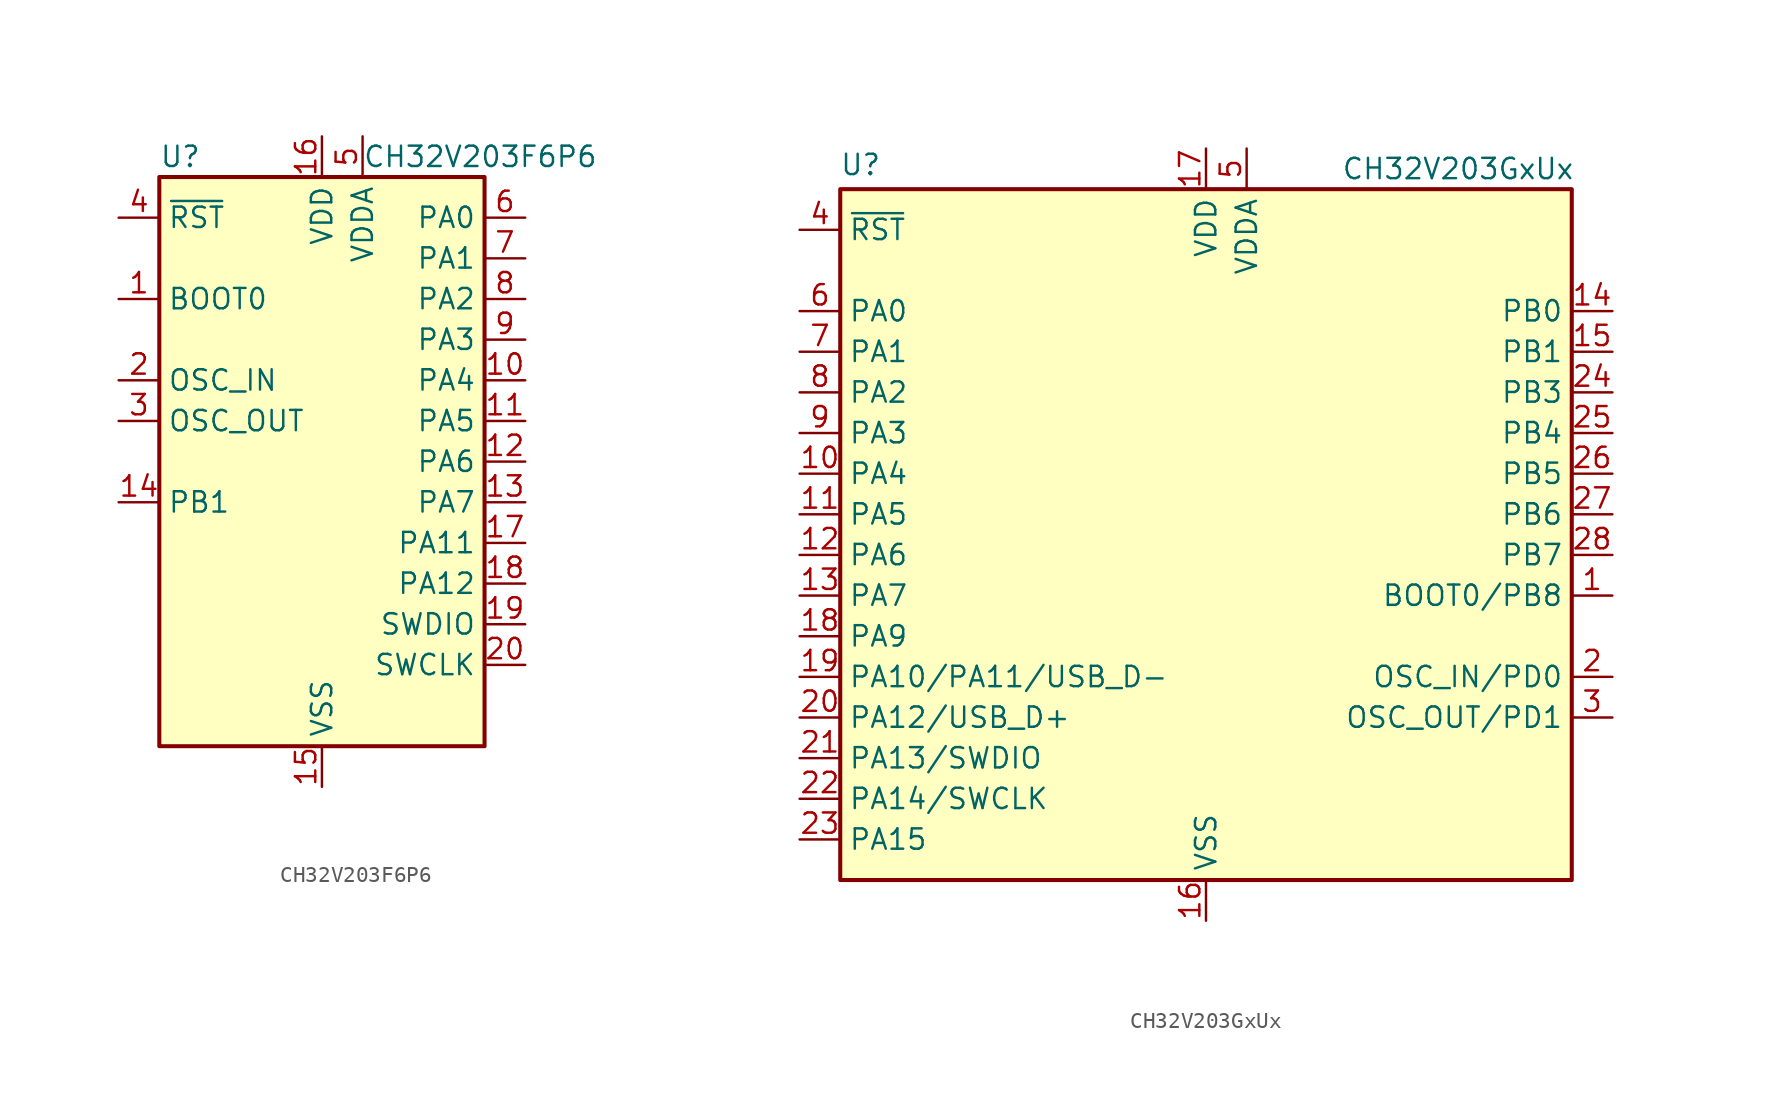
<source format=kicad_sym>
(kicad_symbol_lib
  (version 20241209)
  (generator "kicad_symbol_editor")
  (generator_version "9.0")
  (symbol "CH32V203F6P6"
    (property "Reference" "U"
      (at -10.16 19.05 0)
      (effects (font (size 1.27 1.27)) (justify left)))
    (property "Value" "CH32V203F6P6"
      (at 2.54 19.05 0)
      (effects (font (size 1.27 1.27)) (justify left)))
    (symbol "CH32V203F6P6_0_1"
      (rectangle (start -10.16 -17.78) (end 10.16 17.78) (stroke (width 0.254) (type default)) (fill (type background))))
    (symbol "CH32V203F6P6_1_1"
      (pin input line (at -12.7 15.24 0) (length 2.54) (name "~{RST}" (effects (font (size 1.27 1.27)))) (number "4" (effects (font (size 1.27 1.27)))))
      (pin bidirectional line (at -12.7 10.16 0) (length 2.54) (name "BOOT0" (effects (font (size 1.27 1.27)))) (number "1" (effects (font (size 1.27 1.27)))) (alternate "CAN1_RX_2" bidirectional line) (alternate "I2C1_SCL_1" bidirectional line) (alternate "PB8" bidirectional line))
      (pin bidirectional line (at -12.7 5.08 0) (length 2.54) (name "OSC_IN" (effects (font (size 1.27 1.27)))) (number "2" (effects (font (size 1.27 1.27)))) (alternate "PD0" bidirectional line))
      (pin bidirectional line (at -12.7 2.54 0) (length 2.54) (name "OSC_OUT" (effects (font (size 1.27 1.27)))) (number "3" (effects (font (size 1.27 1.27)))) (alternate "PD1" bidirectional line))
      (pin bidirectional line (at -12.7 -2.54 0) (length 2.54) (name "PB1" (effects (font (size 1.27 1.27)))) (number "14" (effects (font (size 1.27 1.27)))) (alternate "ADC_IN9" input line) (alternate "OPA1_OUT1" output line) (alternate "TIM1_CH3N_1" bidirectional line) (alternate "TIM3_CH4" output line) (alternate "TIM3_CH4_2" bidirectional line))
      (pin power_in line (at 0 20.32 270) (length 2.54) (name "VDD" (effects (font (size 1.27 1.27)))) (number "16" (effects (font (size 1.27 1.27)))))
      (pin power_in line (at 0 -20.32 90) (length 2.54) (name "VSS" (effects (font (size 1.27 1.27)))) (number "15" (effects (font (size 1.27 1.27)))))
      (pin power_in line (at 2.54 20.32 270) (length 2.54) (name "VDDA" (effects (font (size 1.27 1.27)))) (number "5" (effects (font (size 1.27 1.27)))))
      (pin bidirectional line (at 12.7 15.24 180) (length 2.54) (name "PA0" (effects (font (size 1.27 1.27)))) (number "6" (effects (font (size 1.27 1.27)))) (alternate "ADC_IN0" bidirectional line) (alternate "TIM2_CH1" passive line) (alternate "TIM2_CH1_2" bidirectional line) (alternate "TIM2_ETR" passive line) (alternate "TIM2_ETR_2" bidirectional line) (alternate "USART2_CTS" bidirectional line) (alternate "WKUP" input line))
      (pin bidirectional line (at 12.7 12.7 180) (length 2.54) (name "PA1" (effects (font (size 1.27 1.27)))) (number "7" (effects (font (size 1.27 1.27)))) (alternate "ADC_IN1" passive line) (alternate "TIM2_CH2" bidirectional line) (alternate "TIM2_CH2_2" bidirectional line) (alternate "USART2_RTS" bidirectional line))
      (pin bidirectional line (at 12.7 10.16 180) (length 2.54) (name "PA2" (effects (font (size 1.27 1.27)))) (number "8" (effects (font (size 1.27 1.27)))) (alternate "ADC_IN2" input line) (alternate "OPA2_OUT0" bidirectional line) (alternate "TIM2_CH3" bidirectional line) (alternate "TIM2_CH3_1" bidirectional line) (alternate "USART2_TX" output line))
      (pin bidirectional line (at 12.7 7.62 180) (length 2.54) (name "PA3" (effects (font (size 1.27 1.27)))) (number "9" (effects (font (size 1.27 1.27)))) (alternate "ADC_IN3" input line) (alternate "OPA1_OUT0" output line) (alternate "TIM2_CH4" bidirectional line) (alternate "TIM2_CH4_1" bidirectional line) (alternate "USART2_RX" input line))
      (pin bidirectional line (at 12.7 5.08 180) (length 2.54) (name "PA4" (effects (font (size 1.27 1.27)))) (number "10" (effects (font (size 1.27 1.27)))) (alternate "ADC_IN4" input line) (alternate "OPA2_OUT1" output line) (alternate "SPI1_NSS" bidirectional line) (alternate "USART2_CK" bidirectional line))
      (pin bidirectional line (at 12.7 2.54 180) (length 2.54) (name "PA5" (effects (font (size 1.27 1.27)))) (number "11" (effects (font (size 1.27 1.27)))) (alternate "ADC_IN5" input line) (alternate "OPA2_CH1N" bidirectional line) (alternate "SPI1_SCK" input line))
      (pin bidirectional line (at 12.7 0 180) (length 2.54) (name "PA6" (effects (font (size 1.27 1.27)))) (number "12" (effects (font (size 1.27 1.27)))) (alternate "ADC_IN6" input line) (alternate "OPA1_CH1N" bidirectional line) (alternate "SPI1_MISO" output line) (alternate "TIM1_BKIN_1" bidirectional line) (alternate "TIM3_CH1" bidirectional line))
      (pin bidirectional line (at 12.7 -2.54 180) (length 2.54) (name "PA7" (effects (font (size 1.27 1.27)))) (number "13" (effects (font (size 1.27 1.27)))) (alternate "ADC_IN7" input line) (alternate "OPA2_CH1P" bidirectional line) (alternate "SPI1_MOSI" input line) (alternate "TIM1_CH1N_1" bidirectional line) (alternate "TIM3_CH2" bidirectional line))
      (pin bidirectional line (at 12.7 -5.08 180) (length 2.54) (name "PA11" (effects (font (size 1.27 1.27)))) (number "17" (effects (font (size 1.27 1.27)))) (alternate "CAN1_RX" input line) (alternate "TIM1_CH4" bidirectional line) (alternate "TIM1_CH4_1" bidirectional line) (alternate "USART1_CTS" bidirectional line) (alternate "USART1_CTS_1" bidirectional line) (alternate "USBDM" bidirectional line))
      (pin bidirectional line (at 12.7 -7.62 180) (length 2.54) (name "PA12" (effects (font (size 1.27 1.27)))) (number "18" (effects (font (size 1.27 1.27)))) (alternate "CAN1_TX" output line) (alternate "TIM1_ETR" bidirectional line) (alternate "TIM1_ETR_1" bidirectional line) (alternate "USART1_RTS" bidirectional line) (alternate "USART1_RTS_1" bidirectional line) (alternate "USBDP" bidirectional line))
      (pin bidirectional line (at 12.7 -10.16 180) (length 2.54) (name "SWDIO" (effects (font (size 1.27 1.27)))) (number "19" (effects (font (size 1.27 1.27)))) (alternate "PA13" bidirectional line))
      (pin bidirectional line (at 12.7 -12.7 180) (length 2.54) (name "SWCLK" (effects (font (size 1.27 1.27)))) (number "20" (effects (font (size 1.27 1.27)))) (alternate "PA14" bidirectional line))))
  (symbol "CH32V203GxUx"
    (property "Reference" "U"
      (at -21.59 24.384 0)
      (effects (font (size 1.27 1.27))))
    (property "Value" "CH32V203GxUx"
      (at 15.748 24.13 0)
      (effects (font (size 1.27 1.27))))
    (symbol "CH32V203GxUx_1_1"
      (rectangle (start -22.86 22.86) (end 22.86 -20.32) (stroke (width 0.254) (type default)) (fill (type background)))
      (pin input line (at -25.4 20.32 0) (length 2.54) (name "~{RST}" (effects (font (size 1.27 1.27)))) (number "4" (effects (font (size 1.27 1.27)))))
      (pin bidirectional line (at -25.4 15.24 0) (length 2.54) (name "PA0" (effects (font (size 1.27 1.27)))) (number "6" (effects (font (size 1.27 1.27)))))
      (pin bidirectional line (at -25.4 12.7 0) (length 2.54) (name "PA1" (effects (font (size 1.27 1.27)))) (number "7" (effects (font (size 1.27 1.27)))))
      (pin bidirectional line (at -25.4 10.16 0) (length 2.54) (name "PA2" (effects (font (size 1.27 1.27)))) (number "8" (effects (font (size 1.27 1.27)))))
      (pin bidirectional line (at -25.4 7.62 0) (length 2.54) (name "PA3" (effects (font (size 1.27 1.27)))) (number "9" (effects (font (size 1.27 1.27)))))
      (pin bidirectional line (at -25.4 5.08 0) (length 2.54) (name "PA4" (effects (font (size 1.27 1.27)))) (number "10" (effects (font (size 1.27 1.27)))))
      (pin bidirectional line (at -25.4 2.54 0) (length 2.54) (name "PA5" (effects (font (size 1.27 1.27)))) (number "11" (effects (font (size 1.27 1.27)))))
      (pin bidirectional line (at -25.4 0 0) (length 2.54) (name "PA6" (effects (font (size 1.27 1.27)))) (number "12" (effects (font (size 1.27 1.27)))))
      (pin bidirectional line (at -25.4 -2.54 0) (length 2.54) (name "PA7" (effects (font (size 1.27 1.27)))) (number "13" (effects (font (size 1.27 1.27)))))
      (pin bidirectional line (at -25.4 -5.08 0) (length 2.54) (name "PA9" (effects (font (size 1.27 1.27)))) (number "18" (effects (font (size 1.27 1.27)))))
      (pin bidirectional line (at -25.4 -7.62 0) (length 2.54) (name "PA10/PA11/USB_D-" (effects (font (size 1.27 1.27)))) (number "19" (effects (font (size 1.27 1.27)))))
      (pin bidirectional line (at -25.4 -10.16 0) (length 2.54) (name "PA12/USB_D+" (effects (font (size 1.27 1.27)))) (number "20" (effects (font (size 1.27 1.27)))))
      (pin bidirectional line (at -25.4 -12.7 0) (length 2.54) (name "PA13/SWDIO" (effects (font (size 1.27 1.27)))) (number "21" (effects (font (size 1.27 1.27)))))
      (pin bidirectional line (at -25.4 -15.24 0) (length 2.54) (name "PA14/SWCLK" (effects (font (size 1.27 1.27)))) (number "22" (effects (font (size 1.27 1.27)))))
      (pin bidirectional line (at -25.4 -17.78 0) (length 2.54) (name "PA15" (effects (font (size 1.27 1.27)))) (number "23" (effects (font (size 1.27 1.27)))))
      (pin power_in line (at 0 25.4 270) (length 2.54) (name "VDD" (effects (font (size 1.27 1.27)))) (number "17" (effects (font (size 1.27 1.27)))))
      (pin power_in line (at 0 -22.86 90) (length 2.54) (name "VSS" (effects (font (size 1.27 1.27)))) (number "16" (effects (font (size 1.27 1.27)))))
      (pin passive line (at 0 -22.86 90) (length 2.54) (hide yes) (name "VSS" (effects (font (size 1.27 1.27)))) (number "29" (effects (font (size 1.27 1.27)))))
      (pin power_in line (at 2.54 25.4 270) (length 2.54) (name "VDDA" (effects (font (size 1.27 1.27)))) (number "5" (effects (font (size 1.27 1.27)))))
      (pin bidirectional line (at 25.4 15.24 180) (length 2.54) (name "PB0" (effects (font (size 1.27 1.27)))) (number "14" (effects (font (size 1.27 1.27)))))
      (pin bidirectional line (at 25.4 12.7 180) (length 2.54) (name "PB1" (effects (font (size 1.27 1.27)))) (number "15" (effects (font (size 1.27 1.27)))))
      (pin bidirectional line (at 25.4 10.16 180) (length 2.54) (name "PB3" (effects (font (size 1.27 1.27)))) (number "24" (effects (font (size 1.27 1.27)))))
      (pin bidirectional line (at 25.4 7.62 180) (length 2.54) (name "PB4" (effects (font (size 1.27 1.27)))) (number "25" (effects (font (size 1.27 1.27)))))
      (pin bidirectional line (at 25.4 5.08 180) (length 2.54) (name "PB5" (effects (font (size 1.27 1.27)))) (number "26" (effects (font (size 1.27 1.27)))))
      (pin bidirectional line (at 25.4 2.54 180) (length 2.54) (name "PB6" (effects (font (size 1.27 1.27)))) (number "27" (effects (font (size 1.27 1.27)))))
      (pin bidirectional line (at 25.4 0 180) (length 2.54) (name "PB7" (effects (font (size 1.27 1.27)))) (number "28" (effects (font (size 1.27 1.27)))))
      (pin bidirectional line (at 25.4 -2.54 180) (length 2.54) (name "BOOT0/PB8" (effects (font (size 1.27 1.27)))) (number "1" (effects (font (size 1.27 1.27)))))
      (pin bidirectional line (at 25.4 -7.62 180) (length 2.54) (name "OSC_IN/PD0" (effects (font (size 1.27 1.27)))) (number "2" (effects (font (size 1.27 1.27)))))
      (pin bidirectional line (at 25.4 -10.16 180) (length 2.54) (name "OSC_OUT/PD1" (effects (font (size 1.27 1.27)))) (number "3" (effects (font (size 1.27 1.27))))))))
</source>
